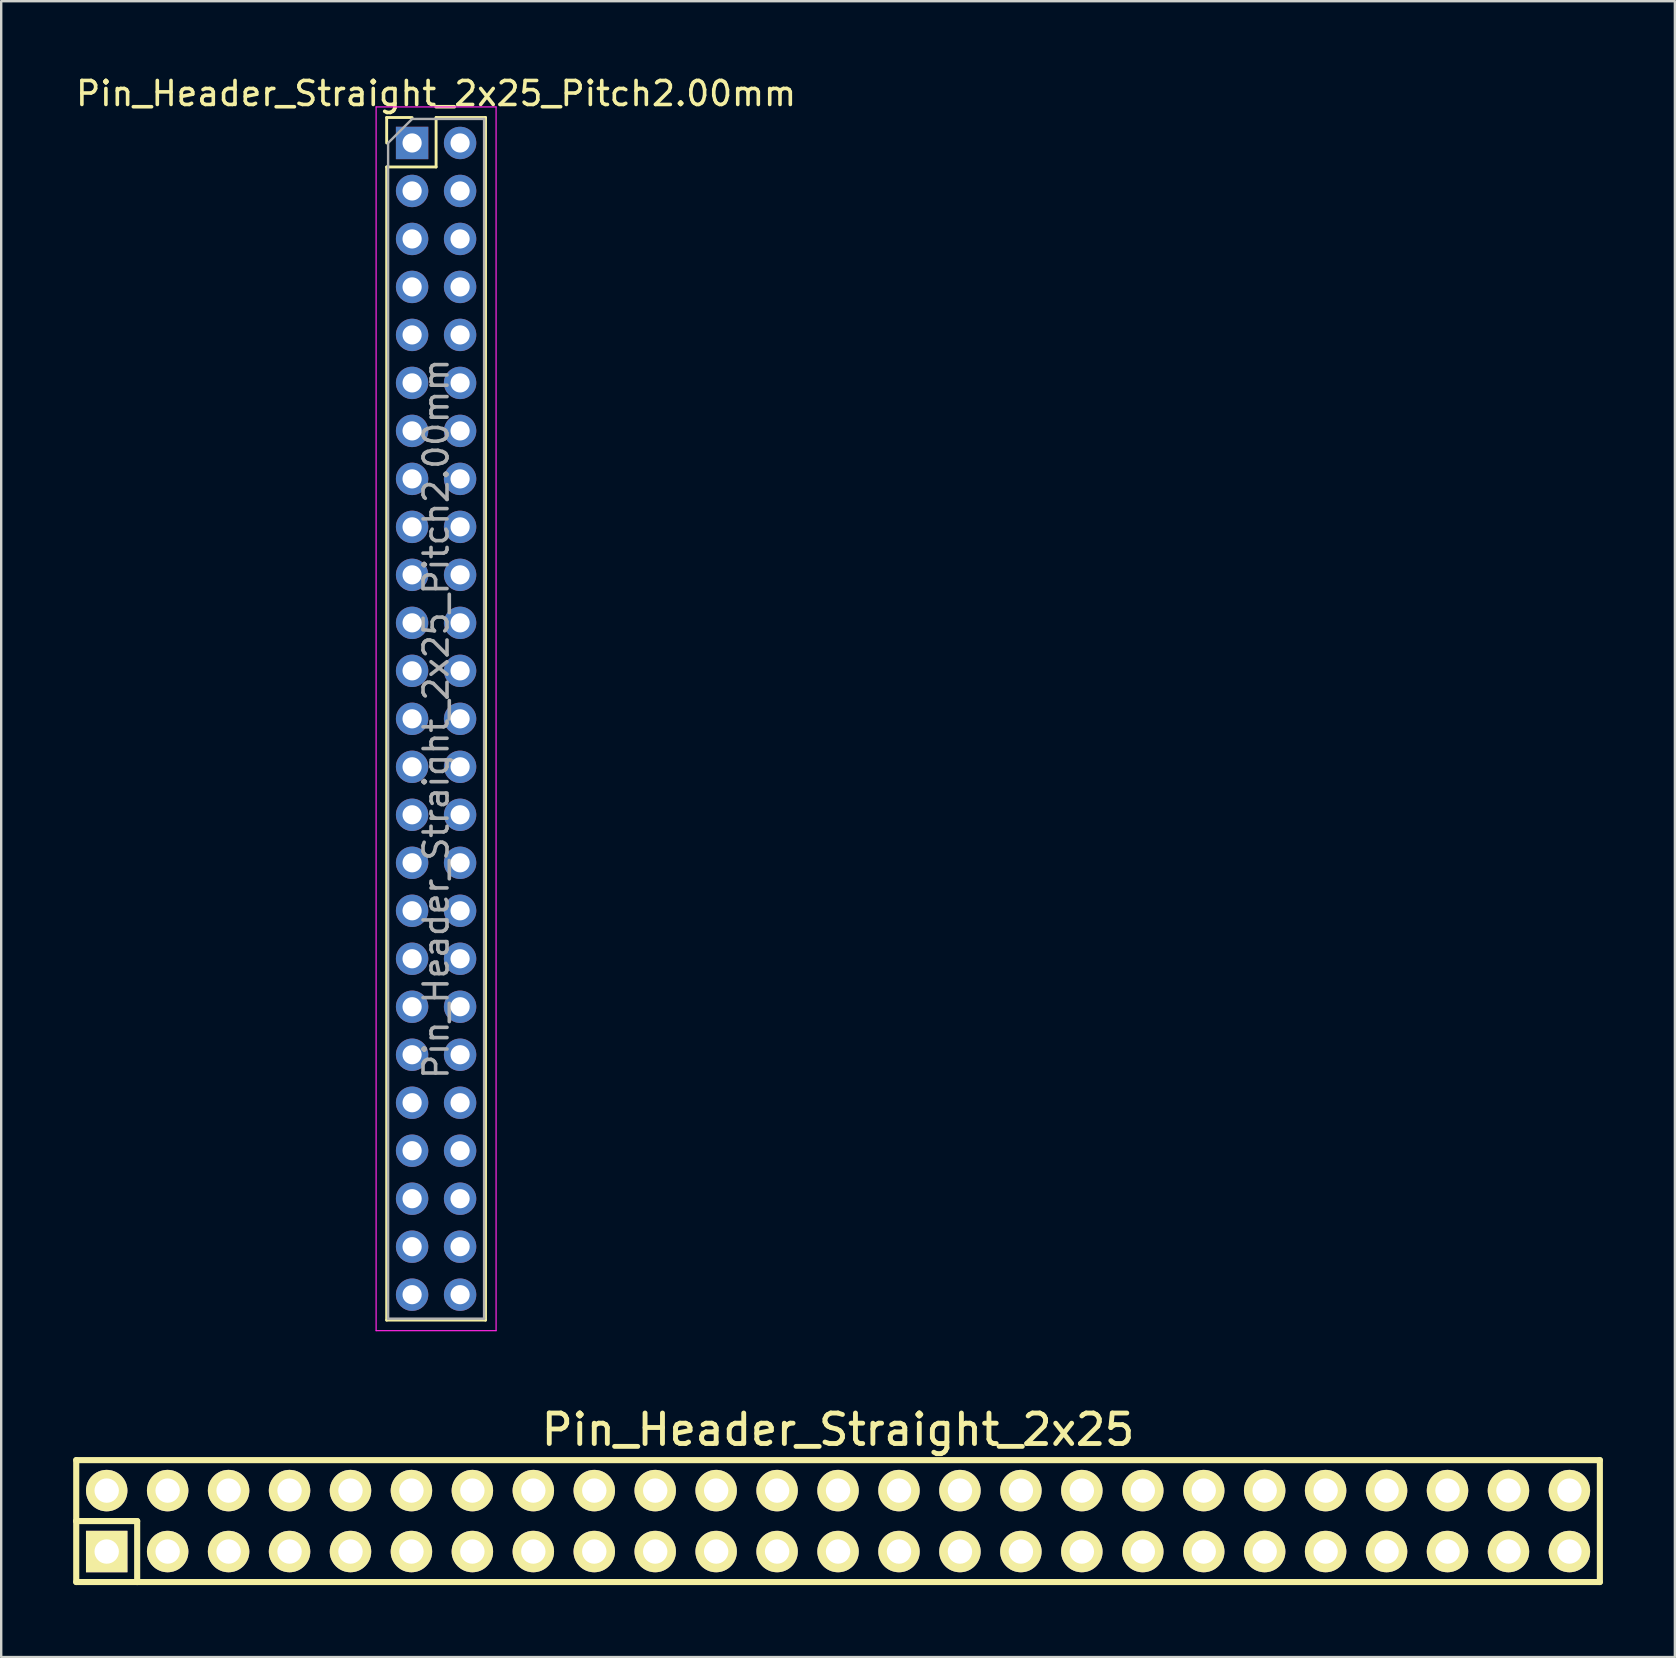
<source format=kicad_pcb>
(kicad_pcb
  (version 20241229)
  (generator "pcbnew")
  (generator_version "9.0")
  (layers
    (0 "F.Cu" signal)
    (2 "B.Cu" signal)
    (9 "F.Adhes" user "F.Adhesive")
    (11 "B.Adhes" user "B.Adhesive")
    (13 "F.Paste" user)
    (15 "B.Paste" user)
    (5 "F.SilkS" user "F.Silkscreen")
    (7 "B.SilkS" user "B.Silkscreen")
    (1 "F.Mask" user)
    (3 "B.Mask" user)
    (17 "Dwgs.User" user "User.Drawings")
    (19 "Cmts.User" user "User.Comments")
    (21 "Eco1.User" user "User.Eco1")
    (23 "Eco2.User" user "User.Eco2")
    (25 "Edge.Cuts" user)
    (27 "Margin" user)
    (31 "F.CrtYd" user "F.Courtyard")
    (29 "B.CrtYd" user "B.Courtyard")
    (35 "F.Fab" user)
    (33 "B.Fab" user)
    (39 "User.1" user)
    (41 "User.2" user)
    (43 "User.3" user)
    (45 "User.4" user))
  (footprint "Pin_Header_Straight_2x25_Pitch2.00mm"
    (layer "F.Cu")
    (at 14.125 2.908)
    (property "Reference" "Pin_Header_Straight_2x25_Pitch2.00mm" (at 1 -2.06 0) (layer "F.SilkS") (effects (font (size 1 1) (thickness 0.15))))
    (attr through_hole)
    (fp_line (start -1.06 -1.06) (end 0 -1.06) (stroke (width 0.12) (type solid)) (layer "F.SilkS"))
    (fp_line (start -1.06 0) (end -1.06 -1.06) (stroke (width 0.12) (type solid)) (layer "F.SilkS"))
    (fp_line (start -1.06 1) (end -1.06 49.06) (stroke (width 0.12) (type solid)) (layer "F.SilkS"))
    (fp_line (start -1.06 49.06) (end 3.06 49.06) (stroke (width 0.12) (type solid)) (layer "F.SilkS"))
    (fp_line (start 1 -1.06) (end 1 1) (stroke (width 0.12) (type solid)) (layer "F.SilkS"))
    (fp_line (start 1 1) (end -1.06 1) (stroke (width 0.12) (type solid)) (layer "F.SilkS"))
    (fp_line (start 3.06 -1.06) (end 1 -1.06) (stroke (width 0.12) (type solid)) (layer "F.SilkS"))
    (fp_line (start 3.06 49.06) (end 3.06 -1.06) (stroke (width 0.12) (type solid)) (layer "F.SilkS"))
    (fp_line (start -1.5 -1.5) (end -1.5 49.5) (stroke (width 0.05) (type solid)) (layer "F.CrtYd"))
    (fp_line (start -1.5 49.5) (end 3.5 49.5) (stroke (width 0.05) (type solid)) (layer "F.CrtYd"))
    (fp_line (start 3.5 -1.5) (end -1.5 -1.5) (stroke (width 0.05) (type solid)) (layer "F.CrtYd"))
    (fp_line (start 3.5 49.5) (end 3.5 -1.5) (stroke (width 0.05) (type solid)) (layer "F.CrtYd"))
    (fp_line (start -1 0) (end 0 -1) (stroke (width 0.1) (type solid)) (layer "F.Fab"))
    (fp_line (start -1 49) (end -1 0) (stroke (width 0.1) (type solid)) (layer "F.Fab"))
    (fp_line (start 0 -1) (end 3 -1) (stroke (width 0.1) (type solid)) (layer "F.Fab"))
    (fp_line (start 3 -1) (end 3 49) (stroke (width 0.1) (type solid)) (layer "F.Fab"))
    (fp_line (start 3 49) (end -1 49) (stroke (width 0.1) (type solid)) (layer "F.Fab"))
    (fp_text user "${REFERENCE}" (at 1 24 90) (layer "F.Fab") (effects (font (size 1 1) (thickness 0.15))))
    (pad "1" thru_hole rect (at 0 0) (size 1.35 1.35) (drill 0.8) (layers "*.Cu" "*.Mask"))
    (pad "2" thru_hole oval (at 2 0) (size 1.35 1.35) (drill 0.8) (layers "*.Cu" "*.Mask"))
    (pad "3" thru_hole oval (at 0 2) (size 1.35 1.35) (drill 0.8) (layers "*.Cu" "*.Mask"))
    (pad "4" thru_hole oval (at 2 2) (size 1.35 1.35) (drill 0.8) (layers "*.Cu" "*.Mask"))
    (pad "5" thru_hole oval (at 0 4) (size 1.35 1.35) (drill 0.8) (layers "*.Cu" "*.Mask"))
    (pad "6" thru_hole oval (at 2 4) (size 1.35 1.35) (drill 0.8) (layers "*.Cu" "*.Mask"))
    (pad "7" thru_hole oval (at 0 6) (size 1.35 1.35) (drill 0.8) (layers "*.Cu" "*.Mask"))
    (pad "8" thru_hole oval (at 2 6) (size 1.35 1.35) (drill 0.8) (layers "*.Cu" "*.Mask"))
    (pad "9" thru_hole oval (at 0 8) (size 1.35 1.35) (drill 0.8) (layers "*.Cu" "*.Mask"))
    (pad "10" thru_hole oval (at 2 8) (size 1.35 1.35) (drill 0.8) (layers "*.Cu" "*.Mask"))
    (pad "11" thru_hole oval (at 0 10) (size 1.35 1.35) (drill 0.8) (layers "*.Cu" "*.Mask"))
    (pad "12" thru_hole oval (at 2 10) (size 1.35 1.35) (drill 0.8) (layers "*.Cu" "*.Mask"))
    (pad "13" thru_hole oval (at 0 12) (size 1.35 1.35) (drill 0.8) (layers "*.Cu" "*.Mask"))
    (pad "14" thru_hole oval (at 2 12) (size 1.35 1.35) (drill 0.8) (layers "*.Cu" "*.Mask"))
    (pad "15" thru_hole oval (at 0 14) (size 1.35 1.35) (drill 0.8) (layers "*.Cu" "*.Mask"))
    (pad "16" thru_hole oval (at 2 14) (size 1.35 1.35) (drill 0.8) (layers "*.Cu" "*.Mask"))
    (pad "17" thru_hole oval (at 0 16) (size 1.35 1.35) (drill 0.8) (layers "*.Cu" "*.Mask"))
    (pad "18" thru_hole oval (at 2 16) (size 1.35 1.35) (drill 0.8) (layers "*.Cu" "*.Mask"))
    (pad "19" thru_hole oval (at 0 18) (size 1.35 1.35) (drill 0.8) (layers "*.Cu" "*.Mask"))
    (pad "20" thru_hole oval (at 2 18) (size 1.35 1.35) (drill 0.8) (layers "*.Cu" "*.Mask"))
    (pad "21" thru_hole oval (at 0 20) (size 1.35 1.35) (drill 0.8) (layers "*.Cu" "*.Mask"))
    (pad "22" thru_hole oval (at 2 20) (size 1.35 1.35) (drill 0.8) (layers "*.Cu" "*.Mask"))
    (pad "23" thru_hole oval (at 0 22) (size 1.35 1.35) (drill 0.8) (layers "*.Cu" "*.Mask"))
    (pad "24" thru_hole oval (at 2 22) (size 1.35 1.35) (drill 0.8) (layers "*.Cu" "*.Mask"))
    (pad "25" thru_hole oval (at 0 24) (size 1.35 1.35) (drill 0.8) (layers "*.Cu" "*.Mask"))
    (pad "26" thru_hole oval (at 2 24) (size 1.35 1.35) (drill 0.8) (layers "*.Cu" "*.Mask"))
    (pad "27" thru_hole oval (at 0 26) (size 1.35 1.35) (drill 0.8) (layers "*.Cu" "*.Mask"))
    (pad "28" thru_hole oval (at 2 26) (size 1.35 1.35) (drill 0.8) (layers "*.Cu" "*.Mask"))
    (pad "29" thru_hole oval (at 0 28) (size 1.35 1.35) (drill 0.8) (layers "*.Cu" "*.Mask"))
    (pad "30" thru_hole oval (at 2 28) (size 1.35 1.35) (drill 0.8) (layers "*.Cu" "*.Mask"))
    (pad "31" thru_hole oval (at 0 30) (size 1.35 1.35) (drill 0.8) (layers "*.Cu" "*.Mask"))
    (pad "32" thru_hole oval (at 2 30) (size 1.35 1.35) (drill 0.8) (layers "*.Cu" "*.Mask"))
    (pad "33" thru_hole oval (at 0 32) (size 1.35 1.35) (drill 0.8) (layers "*.Cu" "*.Mask"))
    (pad "34" thru_hole oval (at 2 32) (size 1.35 1.35) (drill 0.8) (layers "*.Cu" "*.Mask"))
    (pad "35" thru_hole oval (at 0 34) (size 1.35 1.35) (drill 0.8) (layers "*.Cu" "*.Mask"))
    (pad "36" thru_hole oval (at 2 34) (size 1.35 1.35) (drill 0.8) (layers "*.Cu" "*.Mask"))
    (pad "37" thru_hole oval (at 0 36) (size 1.35 1.35) (drill 0.8) (layers "*.Cu" "*.Mask"))
    (pad "38" thru_hole oval (at 2 36) (size 1.35 1.35) (drill 0.8) (layers "*.Cu" "*.Mask"))
    (pad "39" thru_hole oval (at 0 38) (size 1.35 1.35) (drill 0.8) (layers "*.Cu" "*.Mask"))
    (pad "40" thru_hole oval (at 2 38) (size 1.35 1.35) (drill 0.8) (layers "*.Cu" "*.Mask"))
    (pad "41" thru_hole oval (at 0 40) (size 1.35 1.35) (drill 0.8) (layers "*.Cu" "*.Mask"))
    (pad "42" thru_hole oval (at 2 40) (size 1.35 1.35) (drill 0.8) (layers "*.Cu" "*.Mask"))
    (pad "43" thru_hole oval (at 0 42) (size 1.35 1.35) (drill 0.8) (layers "*.Cu" "*.Mask"))
    (pad "44" thru_hole oval (at 2 42) (size 1.35 1.35) (drill 0.8) (layers "*.Cu" "*.Mask"))
    (pad "45" thru_hole oval (at 0 44) (size 1.35 1.35) (drill 0.8) (layers "*.Cu" "*.Mask"))
    (pad "46" thru_hole oval (at 2 44) (size 1.35 1.35) (drill 0.8) (layers "*.Cu" "*.Mask"))
    (pad "47" thru_hole oval (at 0 46) (size 1.35 1.35) (drill 0.8) (layers "*.Cu" "*.Mask"))
    (pad "48" thru_hole oval (at 2 46) (size 1.35 1.35) (drill 0.8) (layers "*.Cu" "*.Mask"))
    (pad "49" thru_hole oval (at 0 48) (size 1.35 1.35) (drill 0.8) (layers "*.Cu" "*.Mask"))
    (pad "50" thru_hole oval (at 2 48) (size 1.35 1.35) (drill 0.8) (layers "*.Cu" "*.Mask")))
  (footprint "Pin_Header_Straight_2x25"
    (layer "F.Cu")
    (at 31.877 60.343)
    (property "Reference" "Pin_Header_Straight_2x25" (at 0 -3.81 0) (layer "F.SilkS") (effects (font (size 1.27 1.27) (thickness 0.203))))
    (attr through_hole)
    (fp_line (start -31.75 -2.54) (end -31.75 0) (stroke (width 0.254) (type solid)) (layer "F.SilkS"))
    (fp_line (start -31.75 0) (end -29.21 0) (stroke (width 0.254) (type solid)) (layer "F.SilkS"))
    (fp_line (start -31.75 2.54) (end -31.75 0) (stroke (width 0.254) (type solid)) (layer "F.SilkS"))
    (fp_line (start -31.75 2.54) (end -29.21 2.54) (stroke (width 0.254) (type solid)) (layer "F.SilkS"))
    (fp_line (start -29.21 0) (end -29.21 2.54) (stroke (width 0.254) (type solid)) (layer "F.SilkS"))
    (fp_line (start -29.21 2.54) (end 31.75 2.54) (stroke (width 0.254) (type solid)) (layer "F.SilkS"))
    (fp_line (start 31.75 -2.54) (end -31.75 -2.54) (stroke (width 0.254) (type solid)) (layer "F.SilkS"))
    (fp_line (start 31.75 -2.54) (end 31.75 2.54) (stroke (width 0.254) (type solid)) (layer "F.SilkS"))
    (pad "1" thru_hole rect (at -30.48 1.27) (size 1.727 1.727) (drill 1.016) (layers "*.Cu" "*.Mask" "F.SilkS"))
    (pad "2" thru_hole oval (at -27.94 1.27) (size 1.727 1.727) (drill 1.016) (layers "*.Cu" "*.Mask" "F.SilkS"))
    (pad "3" thru_hole oval (at -25.4 1.27) (size 1.727 1.727) (drill 1.016) (layers "*.Cu" "*.Mask" "F.SilkS"))
    (pad "4" thru_hole oval (at -22.86 1.27) (size 1.727 1.727) (drill 1.016) (layers "*.Cu" "*.Mask" "F.SilkS"))
    (pad "5" thru_hole oval (at -20.32 1.27) (size 1.727 1.727) (drill 1.016) (layers "*.Cu" "*.Mask" "F.SilkS"))
    (pad "6" thru_hole oval (at -17.78 1.27) (size 1.727 1.727) (drill 1.016) (layers "*.Cu" "*.Mask" "F.SilkS"))
    (pad "7" thru_hole oval (at -15.24 1.27) (size 1.727 1.727) (drill 1.016) (layers "*.Cu" "*.Mask" "F.SilkS"))
    (pad "8" thru_hole oval (at -12.7 1.27) (size 1.727 1.727) (drill 1.016) (layers "*.Cu" "*.Mask" "F.SilkS"))
    (pad "9" thru_hole oval (at -10.16 1.27) (size 1.727 1.727) (drill 1.016) (layers "*.Cu" "*.Mask" "F.SilkS"))
    (pad "10" thru_hole oval (at -7.62 1.27) (size 1.727 1.727) (drill 1.016) (layers "*.Cu" "*.Mask" "F.SilkS"))
    (pad "11" thru_hole oval (at -5.08 1.27) (size 1.727 1.727) (drill 1.016) (layers "*.Cu" "*.Mask" "F.SilkS"))
    (pad "12" thru_hole oval (at -2.54 1.27) (size 1.727 1.727) (drill 1.016) (layers "*.Cu" "*.Mask" "F.SilkS"))
    (pad "13" thru_hole oval (at 0 1.27) (size 1.727 1.727) (drill 1.016) (layers "*.Cu" "*.Mask" "F.SilkS"))
    (pad "14" thru_hole oval (at 2.54 1.27) (size 1.727 1.727) (drill 1.016) (layers "*.Cu" "*.Mask" "F.SilkS"))
    (pad "15" thru_hole oval (at 5.08 1.27) (size 1.727 1.727) (drill 1.016) (layers "*.Cu" "*.Mask" "F.SilkS"))
    (pad "16" thru_hole oval (at 7.62 1.27) (size 1.727 1.727) (drill 1.016) (layers "*.Cu" "*.Mask" "F.SilkS"))
    (pad "17" thru_hole oval (at 10.16 1.27) (size 1.727 1.727) (drill 1.016) (layers "*.Cu" "*.Mask" "F.SilkS"))
    (pad "18" thru_hole oval (at 12.7 1.27) (size 1.727 1.727) (drill 1.016) (layers "*.Cu" "*.Mask" "F.SilkS"))
    (pad "19" thru_hole oval (at 15.24 1.27) (size 1.727 1.727) (drill 1.016) (layers "*.Cu" "*.Mask" "F.SilkS"))
    (pad "20" thru_hole oval (at 17.78 1.27) (size 1.727 1.727) (drill 1.016) (layers "*.Cu" "*.Mask" "F.SilkS"))
    (pad "21" thru_hole oval (at 20.32 1.27) (size 1.727 1.727) (drill 1.016) (layers "*.Cu" "*.Mask" "F.SilkS"))
    (pad "22" thru_hole oval (at 22.86 1.27) (size 1.727 1.727) (drill 1.016) (layers "*.Cu" "*.Mask" "F.SilkS"))
    (pad "23" thru_hole oval (at 25.4 1.27) (size 1.727 1.727) (drill 1.016) (layers "*.Cu" "*.Mask" "F.SilkS"))
    (pad "24" thru_hole oval (at 27.94 1.27) (size 1.727 1.727) (drill 1.016) (layers "*.Cu" "*.Mask" "F.SilkS"))
    (pad "25" thru_hole oval (at 30.48 1.27) (size 1.727 1.727) (drill 1.016) (layers "*.Cu" "*.Mask" "F.SilkS"))
    (pad "26" thru_hole oval (at 30.48 -1.27) (size 1.727 1.727) (drill 1.016) (layers "*.Cu" "*.Mask" "F.SilkS"))
    (pad "27" thru_hole oval (at 27.94 -1.27) (size 1.727 1.727) (drill 1.016) (layers "*.Cu" "*.Mask" "F.SilkS"))
    (pad "28" thru_hole oval (at 25.4 -1.27) (size 1.727 1.727) (drill 1.016) (layers "*.Cu" "*.Mask" "F.SilkS"))
    (pad "29" thru_hole oval (at 22.86 -1.27) (size 1.727 1.727) (drill 1.016) (layers "*.Cu" "*.Mask" "F.SilkS"))
    (pad "30" thru_hole oval (at 20.32 -1.27) (size 1.727 1.727) (drill 1.016) (layers "*.Cu" "*.Mask" "F.SilkS"))
    (pad "31" thru_hole oval (at 17.78 -1.27) (size 1.727 1.727) (drill 1.016) (layers "*.Cu" "*.Mask" "F.SilkS"))
    (pad "32" thru_hole oval (at 15.24 -1.27) (size 1.727 1.727) (drill 1.016) (layers "*.Cu" "*.Mask" "F.SilkS"))
    (pad "33" thru_hole oval (at 12.7 -1.27) (size 1.727 1.727) (drill 1.016) (layers "*.Cu" "*.Mask" "F.SilkS"))
    (pad "34" thru_hole oval (at 10.16 -1.27) (size 1.727 1.727) (drill 1.016) (layers "*.Cu" "*.Mask" "F.SilkS"))
    (pad "35" thru_hole oval (at 7.62 -1.27) (size 1.727 1.727) (drill 1.016) (layers "*.Cu" "*.Mask" "F.SilkS"))
    (pad "36" thru_hole oval (at 5.08 -1.27) (size 1.727 1.727) (drill 1.016) (layers "*.Cu" "*.Mask" "F.SilkS"))
    (pad "37" thru_hole oval (at 2.54 -1.27) (size 1.727 1.727) (drill 1.016) (layers "*.Cu" "*.Mask" "F.SilkS"))
    (pad "38" thru_hole oval (at 0 -1.27) (size 1.727 1.727) (drill 1.016) (layers "*.Cu" "*.Mask" "F.SilkS"))
    (pad "39" thru_hole oval (at -2.54 -1.27) (size 1.727 1.727) (drill 1.016) (layers "*.Cu" "*.Mask" "F.SilkS"))
    (pad "40" thru_hole oval (at -5.08 -1.27) (size 1.727 1.727) (drill 1.016) (layers "*.Cu" "*.Mask" "F.SilkS"))
    (pad "41" thru_hole oval (at -7.62 -1.27) (size 1.727 1.727) (drill 1.016) (layers "*.Cu" "*.Mask" "F.SilkS"))
    (pad "42" thru_hole oval (at -10.16 -1.27) (size 1.727 1.727) (drill 1.016) (layers "*.Cu" "*.Mask" "F.SilkS"))
    (pad "43" thru_hole oval (at -12.7 -1.27) (size 1.727 1.727) (drill 1.016) (layers "*.Cu" "*.Mask" "F.SilkS"))
    (pad "44" thru_hole oval (at -15.24 -1.27) (size 1.727 1.727) (drill 1.016) (layers "*.Cu" "*.Mask" "F.SilkS"))
    (pad "45" thru_hole oval (at -17.78 -1.27) (size 1.727 1.727) (drill 1.016) (layers "*.Cu" "*.Mask" "F.SilkS"))
    (pad "46" thru_hole oval (at -20.32 -1.27) (size 1.727 1.727) (drill 1.016) (layers "*.Cu" "*.Mask" "F.SilkS"))
    (pad "47" thru_hole oval (at -22.86 -1.27) (size 1.727 1.727) (drill 1.016) (layers "*.Cu" "*.Mask" "F.SilkS"))
    (pad "48" thru_hole oval (at -25.4 -1.27) (size 1.727 1.727) (drill 1.016) (layers "*.Cu" "*.Mask" "F.SilkS"))
    (pad "49" thru_hole oval (at -27.94 -1.27) (size 1.727 1.727) (drill 1.016) (layers "*.Cu" "*.Mask" "F.SilkS"))
    (pad "50" thru_hole oval (at -30.48 -1.27) (size 1.727 1.727) (drill 1.016) (layers "*.Cu" "*.Mask" "F.SilkS")))
  (gr_rect
    (start -3 -3)
    (end 66.754 66.01)
    (stroke (width 0.1) (type default))
    (fill no)
    (layer "Edge.Cuts")))
</source>
